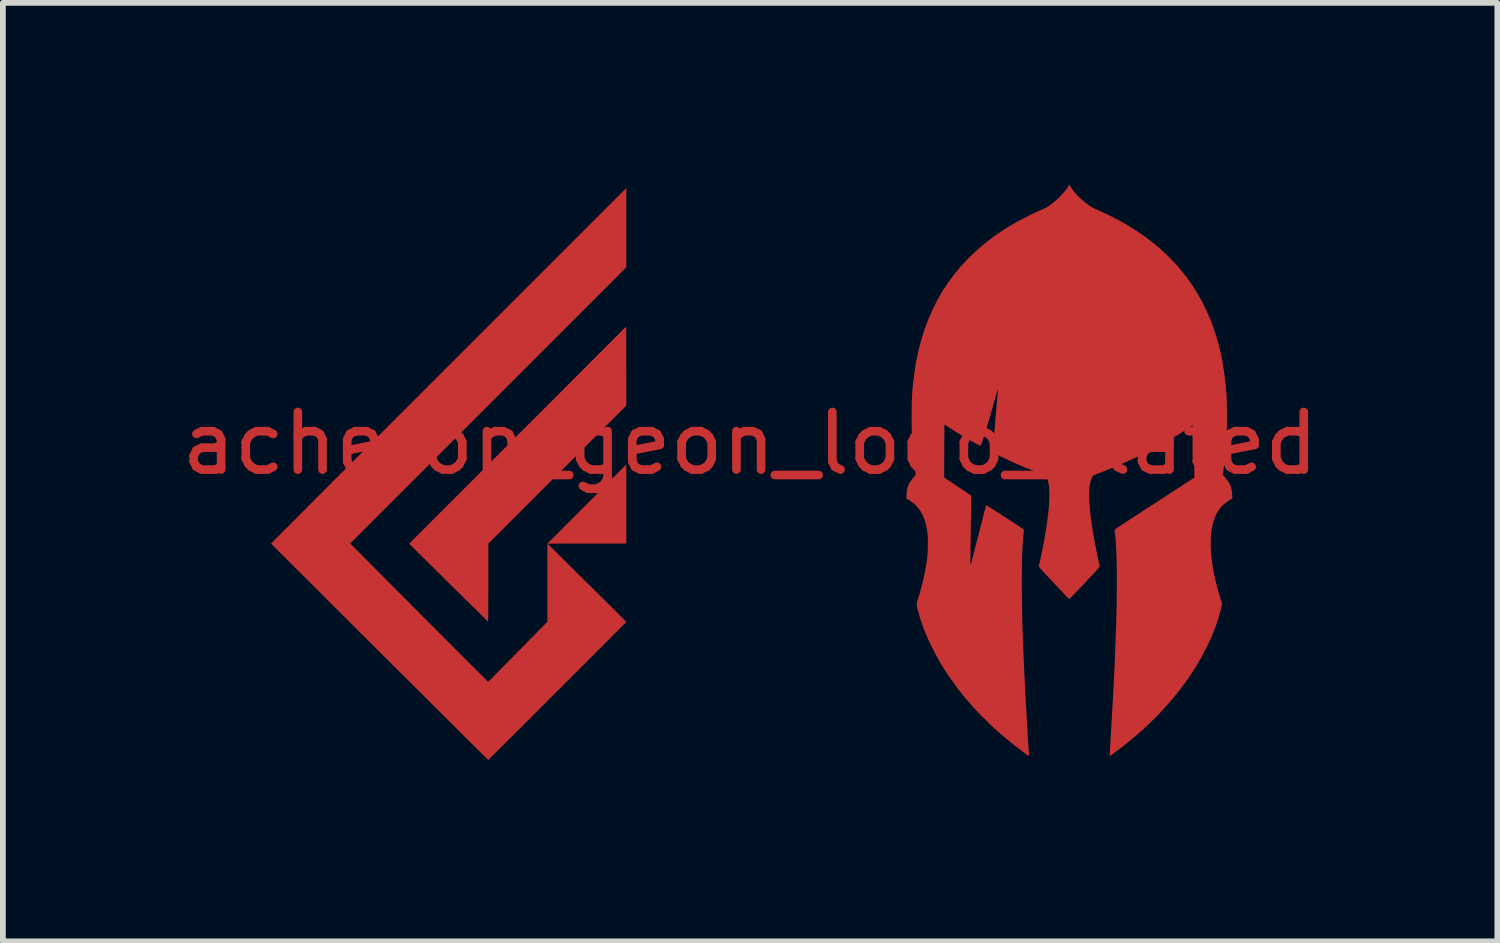
<source format=kicad_pcb>
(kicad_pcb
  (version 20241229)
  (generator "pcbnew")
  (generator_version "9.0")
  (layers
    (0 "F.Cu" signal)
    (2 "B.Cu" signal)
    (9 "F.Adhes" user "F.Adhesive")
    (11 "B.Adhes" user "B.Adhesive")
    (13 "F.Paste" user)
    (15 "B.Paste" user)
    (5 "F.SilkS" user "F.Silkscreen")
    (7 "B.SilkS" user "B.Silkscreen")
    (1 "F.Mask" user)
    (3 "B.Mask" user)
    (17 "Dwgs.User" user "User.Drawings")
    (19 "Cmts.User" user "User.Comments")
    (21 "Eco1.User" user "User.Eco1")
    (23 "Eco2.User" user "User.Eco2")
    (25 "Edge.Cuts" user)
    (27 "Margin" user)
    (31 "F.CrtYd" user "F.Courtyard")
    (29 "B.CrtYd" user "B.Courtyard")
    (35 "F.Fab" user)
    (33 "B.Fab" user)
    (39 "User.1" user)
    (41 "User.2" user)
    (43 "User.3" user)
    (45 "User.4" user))
  (footprint "acheron_geon_logo_plated"
    (layer "F.Cu")
    (at 9.982 5.153)
    (property "Reference" "acheron_geon_logo_plated" (at 0 -0.5 0) (unlocked yes) (layer "F.Cu") (effects (font (size 1 1) (thickness 0.15))))
    (attr smd)
    (fp_poly (pts (xy -2.12 -2.683) (xy -2.087 -2.672) (xy -2.057 -2.654) (xy -2.032 -2.63) (xy -2.013 -2.6) (xy -2.003 -2.57) (xy -2.002 -2.562) (xy -2.001 -2.548) (xy -2 -2.526) (xy -2 -2.496) (xy -1.999 -2.459) (xy -1.999 -2.414) (xy -1.998 -2.361) (xy -1.998 -2.299) (xy -1.998 -2.229) (xy -1.998 -2.149) (xy -1.998 -2.06) (xy -1.998 -1.962) (xy -1.998 -1.853) (xy -1.998 -1.832) (xy -2 -1.121) (xy -2.012 -1.096) (xy -2.015 -1.092) (xy -2.02 -1.086) (xy -2.028 -1.076) (xy -2.04 -1.064) (xy -2.054 -1.048) (xy -2.073 -1.029) (xy -2.095 -1.006) (xy -2.121 -0.98) (xy -2.151 -0.949) (xy -2.185 -0.914) (xy -2.224 -0.875) (xy -2.268 -0.831) (xy -2.316 -0.782) (xy -2.37 -0.728) (xy -2.429 -0.669) (xy -2.493 -0.604) (xy -2.563 -0.534) (xy -2.639 -0.458) (xy -2.721 -0.376) (xy -2.809 -0.287) (xy -2.904 -0.193) (xy -3.005 -0.092) (xy -3.113 0.017) (xy -3.213 0.116) (xy -4.401 1.303) (xy -4.401 2.636) (xy -4.416 2.667) (xy -4.427 2.686) (xy -4.439 2.702) (xy -4.448 2.712) (xy -4.48 2.733) (xy -4.516 2.746) (xy -4.554 2.75) (xy -4.591 2.745) (xy -4.614 2.736) (xy -4.621 2.733) (xy -4.629 2.727) (xy -4.639 2.719) (xy -4.652 2.709) (xy -4.667 2.695) (xy -4.687 2.676) (xy -4.71 2.654) (xy -4.738 2.627) (xy -4.772 2.594) (xy -4.811 2.555) (xy -4.857 2.51) (xy -4.883 2.483) (xy -4.919 2.448) (xy -4.961 2.406) (xy -5.009 2.358) (xy -5.062 2.306) (xy -5.119 2.25) (xy -5.179 2.19) (xy -5.241 2.128) (xy -5.306 2.064) (xy -5.371 2) (xy -5.437 1.935) (xy -5.501 1.871) (xy -5.565 1.808) (xy -5.587 1.786) (xy -5.656 1.718) (xy -5.718 1.656) (xy -5.774 1.601) (xy -5.824 1.551) (xy -5.868 1.508) (xy -5.906 1.469) (xy -5.94 1.435) (xy -5.968 1.406) (xy -5.993 1.38) (xy -6.013 1.359) (xy -6.03 1.34) (xy -6.043 1.324) (xy -6.053 1.31) (xy -6.061 1.299) (xy -6.067 1.289) (xy -6.07 1.28) (xy -6.072 1.272) (xy -6.073 1.264) (xy -6.073 1.257) (xy -6.072 1.249) (xy -6.072 1.24) (xy -6.072 1.236) (xy -6.069 1.209) (xy -6.064 1.186) (xy -6.06 1.176) (xy -6.056 1.172) (xy -6.045 1.16) (xy -6.027 1.141) (xy -6.003 1.117) (xy -5.972 1.085) (xy -5.936 1.049) (xy -5.894 1.006) (xy -5.847 0.958) (xy -5.794 0.905) (xy -5.737 0.847) (xy -5.675 0.784) (xy -5.608 0.717) (xy -5.538 0.646) (xy -5.463 0.572) (xy -5.385 0.493) (xy -5.304 0.411) (xy -5.219 0.326) (xy -5.132 0.238) (xy -5.042 0.148) (xy -4.95 0.055) (xy -4.855 -0.039) (xy -4.759 -0.136) (xy -4.661 -0.234) (xy -4.562 -0.333) (xy -4.462 -0.434) (xy -4.361 -0.535) (xy -4.259 -0.637) (xy -4.158 -0.739) (xy -4.056 -0.841) (xy -3.954 -0.942) (xy -3.853 -1.044) (xy -3.752 -1.144) (xy -3.653 -1.244) (xy -3.555 -1.342) (xy -3.458 -1.439) (xy -3.363 -1.533) (xy -3.27 -1.626) (xy -3.179 -1.717) (xy -3.091 -1.805) (xy -3.006 -1.89) (xy -2.923 -1.973) (xy -2.844 -2.052) (xy -2.768 -2.127) (xy -2.697 -2.198) (xy -2.629 -2.266) (xy -2.565 -2.329) (xy -2.506 -2.388) (xy -2.452 -2.441) (xy -2.403 -2.49) (xy -2.36 -2.533) (xy -2.321 -2.571) (xy -2.289 -2.602) (xy -2.263 -2.628) (xy -2.243 -2.647) (xy -2.23 -2.66) (xy -2.223 -2.666) (xy -2.223 -2.666) (xy -2.19 -2.68) (xy -2.155 -2.686)) (stroke (width 0) (type solid)) (fill yes) (layer "F.Mask"))
    (fp_poly (pts (xy -2.127 -5.085) (xy -2.092 -5.076) (xy -2.059 -5.058) (xy -2.032 -5.031) (xy -2.014 -5.004) (xy -2 -4.978) (xy -2 -4.254) (xy -2 -4.153) (xy -2 -4.063) (xy -2 -3.981) (xy -2 -3.909) (xy -2 -3.844) (xy -2 -3.787) (xy -2.001 -3.737) (xy -2.001 -3.693) (xy -2.001 -3.656) (xy -2.001 -3.625) (xy -2.002 -3.598) (xy -2.002 -3.576) (xy -2.003 -3.558) (xy -2.004 -3.544) (xy -2.004 -3.532) (xy -2.005 -3.523) (xy -2.006 -3.517) (xy -2.007 -3.511) (xy -2.008 -3.507) (xy -2.009 -3.504) (xy -2.011 -3.502) (xy -2.013 -3.499) (xy -2.016 -3.495) (xy -2.02 -3.489) (xy -2.026 -3.482) (xy -2.034 -3.474) (xy -2.043 -3.464) (xy -2.054 -3.452) (xy -2.068 -3.438) (xy -2.083 -3.421) (xy -2.101 -3.403) (xy -2.122 -3.382) (xy -2.145 -3.358) (xy -2.172 -3.331) (xy -2.201 -3.301) (xy -2.233 -3.268) (xy -2.269 -3.232) (xy -2.309 -3.192) (xy -2.352 -3.149) (xy -2.399 -3.101) (xy -2.45 -3.05) (xy -2.505 -2.994) (xy -2.564 -2.935) (xy -2.628 -2.871) (xy -2.697 -2.802) (xy -2.77 -2.728) (xy -2.849 -2.65) (xy -2.932 -2.566) (xy -3.021 -2.477) (xy -3.115 -2.382) (xy -3.215 -2.283) (xy -3.32 -2.177) (xy -3.432 -2.065) (xy -3.55 -1.947) (xy -3.673 -1.824) (xy -3.804 -1.693) (xy -3.94 -1.556) (xy -4.084 -1.413) (xy -4.234 -1.262) (xy -4.378 -1.118) (xy -6.738 1.243) (xy -4.551 3.43) (xy -4.112 2.985) (xy -3.674 2.54) (xy -3.674 1.881) (xy -3.674 1.784) (xy -3.674 1.698) (xy -3.674 1.62) (xy -3.674 1.551) (xy -3.674 1.49) (xy -3.674 1.437) (xy -3.673 1.39) (xy -3.673 1.35) (xy -3.673 1.316) (xy -3.672 1.288) (xy -3.672 1.264) (xy -3.671 1.245) (xy -3.67 1.229) (xy -3.67 1.217) (xy -3.669 1.208) (xy -3.668 1.201) (xy -3.667 1.195) (xy -3.666 1.194) (xy -3.665 1.191) (xy -3.664 1.187) (xy -3.661 1.183) (xy -3.658 1.178) (xy -3.654 1.172) (xy -3.648 1.165) (xy -3.64 1.155) (xy -3.63 1.144) (xy -3.618 1.131) (xy -3.602 1.115) (xy -3.584 1.095) (xy -3.562 1.073) (xy -3.537 1.047) (xy -3.508 1.017) (xy -3.474 0.983) (xy -3.436 0.945) (xy -3.393 0.902) (xy -3.345 0.853) (xy -3.292 0.799) (xy -3.232 0.74) (xy -3.167 0.674) (xy -3.095 0.603) (xy -3.017 0.524) (xy -2.948 0.456) (xy -2.859 0.366) (xy -2.777 0.284) (xy -2.701 0.209) (xy -2.632 0.139) (xy -2.569 0.077) (xy -2.512 0.02) (xy -2.461 -0.031) (xy -2.415 -0.076) (xy -2.375 -0.116) (xy -2.34 -0.15) (xy -2.309 -0.18) (xy -2.283 -0.205) (xy -2.262 -0.225) (xy -2.245 -0.242) (xy -2.231 -0.254) (xy -2.221 -0.262) (xy -2.215 -0.267) (xy -2.213 -0.268) (xy -2.182 -0.279) (xy -2.147 -0.283) (xy -2.111 -0.278) (xy -2.083 -0.268) (xy -2.05 -0.246) (xy -2.025 -0.218) (xy -2.008 -0.184) (xy -2.006 -0.18) (xy -2.005 -0.176) (xy -2.004 -0.171) (xy -2.003 -0.165) (xy -2.002 -0.157) (xy -2.001 -0.147) (xy -2 -0.134) (xy -2 -0.117) (xy -1.999 -0.097) (xy -1.999 -0.072) (xy -1.999 -0.043) (xy -1.998 -0.008) (xy -1.998 0.032) (xy -1.998 0.08) (xy -1.998 0.133) (xy -1.998 0.195) (xy -1.998 0.264) (xy -1.998 0.342) (xy -1.998 0.428) (xy -1.999 0.525) (xy -1.999 0.563) (xy -2 1.283) (xy -2.011 1.305) (xy -2.033 1.338) (xy -2.06 1.362) (xy -2.083 1.376) (xy -2.112 1.39) (xy -3.153 1.395) (xy -2.591 1.951) (xy -2.511 2.03) (xy -2.438 2.102) (xy -2.371 2.168) (xy -2.311 2.228) (xy -2.258 2.281) (xy -2.21 2.329) (xy -2.169 2.37) (xy -2.133 2.407) (xy -2.102 2.438) (xy -2.076 2.465) (xy -2.055 2.487) (xy -2.039 2.504) (xy -2.027 2.517) (xy -2.019 2.527) (xy -2.015 2.532) (xy -2.015 2.532) (xy -2.007 2.548) (xy -2.002 2.562) (xy -2 2.578) (xy -2 2.599) (xy -2.001 2.624) (xy -2.004 2.643) (xy -2.009 2.659) (xy -2.012 2.666) (xy -2.014 2.669) (xy -2.019 2.675) (xy -2.026 2.683) (xy -2.035 2.693) (xy -2.048 2.707) (xy -2.063 2.723) (xy -2.082 2.742) (xy -2.104 2.765) (xy -2.13 2.792) (xy -2.159 2.822) (xy -2.193 2.857) (xy -2.231 2.895) (xy -2.274 2.938) (xy -2.321 2.986) (xy -2.373 3.038) (xy -2.43 3.096) (xy -2.493 3.159) (xy -2.561 3.227) (xy -2.634 3.301) (xy -2.714 3.38) (xy -2.8 3.466) (xy -2.892 3.559) (xy -2.99 3.657) (xy -3.095 3.763) (xy -3.208 3.875) (xy -3.244 3.911) (xy -3.355 4.023) (xy -3.46 4.127) (xy -3.557 4.224) (xy -3.648 4.316) (xy -3.733 4.4) (xy -3.812 4.479) (xy -3.885 4.552) (xy -3.952 4.619) (xy -4.014 4.681) (xy -4.071 4.738) (xy -4.123 4.79) (xy -4.171 4.837) (xy -4.214 4.88) (xy -4.253 4.918) (xy -4.287 4.952) (xy -4.319 4.983) (xy -4.346 5.01) (xy -4.37 5.034) (xy -4.392 5.055) (xy -4.41 5.072) (xy -4.426 5.087) (xy -4.44 5.1) (xy -4.451 5.111) (xy -4.461 5.119) (xy -4.469 5.126) (xy -4.475 5.131) (xy -4.481 5.135) (xy -4.485 5.138) (xy -4.488 5.14) (xy -4.492 5.142) (xy -4.494 5.142) (xy -4.533 5.152) (xy -4.574 5.151) (xy -4.601 5.145) (xy -4.604 5.144) (xy -4.607 5.143) (xy -4.609 5.142) (xy -4.612 5.141) (xy -4.616 5.139) (xy -4.62 5.136) (xy -4.625 5.132) (xy -4.632 5.127) (xy -4.64 5.12) (xy -4.65 5.111) (xy -4.662 5.1) (xy -4.676 5.086) (xy -4.693 5.07) (xy -4.712 5.051) (xy -4.735 5.029) (xy -4.761 5.003) (xy -4.791 4.974) (xy -4.825 4.941) (xy -4.862 4.904) (xy -4.904 4.862) (xy -4.951 4.816) (xy -5.003 4.764) (xy -5.059 4.708) (xy -5.121 4.646) (xy -5.189 4.579) (xy -5.263 4.506) (xy -5.342 4.426) (xy -5.428 4.34) (xy -5.521 4.248) (xy -5.621 4.149) (xy -5.638 4.131) (xy -5.7 4.07) (xy -5.769 4.001) (xy -5.843 3.927) (xy -5.923 3.847) (xy -6.009 3.762) (xy -6.098 3.673) (xy -6.192 3.58) (xy -6.288 3.483) (xy -6.388 3.384) (xy -6.489 3.283) (xy -6.592 3.181) (xy -6.696 3.077) (xy -6.801 2.973) (xy -6.905 2.869) (xy -7.009 2.765) (xy -7.111 2.663) (xy -7.212 2.563) (xy -7.311 2.465) (xy -7.372 2.403) (xy -7.481 2.295) (xy -7.583 2.193) (xy -7.679 2.098) (xy -7.767 2.01) (xy -7.849 1.928) (xy -7.925 1.852) (xy -7.995 1.782) (xy -8.059 1.718) (xy -8.118 1.66) (xy -8.171 1.606) (xy -8.219 1.558) (xy -8.261 1.515) (xy -8.299 1.477) (xy -8.333 1.443) (xy -8.362 1.413) (xy -8.387 1.388) (xy -8.408 1.366) (xy -8.425 1.348) (xy -8.438 1.334) (xy -8.448 1.323) (xy -8.455 1.315) (xy -8.459 1.31) (xy -8.459 1.309) (xy -8.472 1.274) (xy -8.475 1.236) (xy -8.469 1.198) (xy -8.466 1.187) (xy -8.465 1.185) (xy -8.464 1.183) (xy -8.462 1.18) (xy -8.46 1.177) (xy -8.458 1.174) (xy -8.454 1.169) (xy -8.45 1.164) (xy -8.444 1.158) (xy -8.437 1.15) (xy -8.429 1.141) (xy -8.419 1.13) (xy -8.408 1.118) (xy -8.394 1.104) (xy -8.379 1.088) (xy -8.362 1.07) (xy -8.342 1.05) (xy -8.32 1.028) (xy -8.296 1.003) (xy -8.268 0.975) (xy -8.238 0.945) (xy -8.205 0.911) (xy -8.169 0.875) (xy -8.13 0.835) (xy -8.087 0.792) (xy -8.041 0.745) (xy -7.991 0.695) (xy -7.938 0.641) (xy -7.88 0.583) (xy -7.818 0.521) (xy -7.752 0.455) (xy -7.682 0.385) (xy -7.607 0.31) (xy -7.528 0.23) (xy -7.443 0.146) (xy -7.354 0.056) (xy -7.26 -0.038) (xy -7.16 -0.138) (xy -7.055 -0.243) (xy -6.945 -0.353) (xy -6.829 -0.469) (xy -6.707 -0.591) (xy -6.58 -0.719) (xy -6.446 -0.853) (xy -6.306 -0.993) (xy -6.159 -1.139) (xy -6.007 -1.292) (xy -5.847 -1.452) (xy -5.681 -1.618) (xy -5.508 -1.791) (xy -5.344 -1.955) (xy -5.164 -2.134) (xy -4.992 -2.307) (xy -4.826 -2.473) (xy -4.667 -2.632) (xy -4.515 -2.784) (xy -4.369 -2.93) (xy -4.229 -3.069) (xy -4.096 -3.203) (xy -3.969 -3.33) (xy -3.847 -3.451) (xy -3.732 -3.567) (xy -3.622 -3.677) (xy -3.517 -3.781) (xy -3.418 -3.88) (xy -3.324 -3.974) (xy -3.235 -4.063) (xy -3.151 -4.147) (xy -3.072 -4.226) (xy -2.997 -4.301) (xy -2.927 -4.371) (xy -2.861 -4.436) (xy -2.8 -4.498) (xy -2.742 -4.555) (xy -2.689 -4.608) (xy -2.639 -4.658) (xy -2.593 -4.704) (xy -2.55 -4.746) (xy -2.511 -4.785) (xy -2.474 -4.821) (xy -2.441 -4.854) (xy -2.411 -4.883) (xy -2.384 -4.91) (xy -2.359 -4.935) (xy -2.337 -4.956) (xy -2.317 -4.976) (xy -2.299 -4.993) (xy -2.283 -5.008) (xy -2.27 -5.021) (xy -2.258 -5.032) (xy -2.247 -5.042) (xy -2.238 -5.05) (xy -2.231 -5.057) (xy -2.225 -5.062) (xy -2.22 -5.066) (xy -2.215 -5.07) (xy -2.212 -5.072) (xy -2.209 -5.074) (xy -2.207 -5.075) (xy -2.205 -5.076) (xy -2.204 -5.076) (xy -2.165 -5.086)) (stroke (width 0) (type solid)) (fill yes) (layer "F.Mask"))
    (fp_poly (pts (xy 5.57 -5.151) (xy 5.605 -5.14) (xy 5.636 -5.121) (xy 5.664 -5.094) (xy 5.685 -5.059) (xy 5.686 -5.058) (xy 5.71 -5.014) (xy 5.745 -4.967) (xy 5.787 -4.918) (xy 5.838 -4.868) (xy 5.897 -4.817) (xy 5.957 -4.77) (xy 5.978 -4.755) (xy 5.998 -4.742) (xy 6.019 -4.73) (xy 6.045 -4.717) (xy 6.076 -4.703) (xy 6.099 -4.693) (xy 6.143 -4.673) (xy 6.194 -4.65) (xy 6.249 -4.623) (xy 6.307 -4.595) (xy 6.365 -4.566) (xy 6.422 -4.537) (xy 6.475 -4.509) (xy 6.523 -4.483) (xy 6.555 -4.465) (xy 6.726 -4.363) (xy 6.888 -4.255) (xy 7.042 -4.143) (xy 7.187 -4.025) (xy 7.324 -3.902) (xy 7.453 -3.773) (xy 7.574 -3.639) (xy 7.641 -3.557) (xy 7.751 -3.413) (xy 7.852 -3.262) (xy 7.946 -3.105) (xy 8.031 -2.942) (xy 8.108 -2.773) (xy 8.177 -2.598) (xy 8.238 -2.417) (xy 8.291 -2.23) (xy 8.336 -2.037) (xy 8.372 -1.838) (xy 8.383 -1.765) (xy 8.406 -1.58) (xy 8.423 -1.389) (xy 8.433 -1.195) (xy 8.437 -0.998) (xy 8.435 -0.802) (xy 8.435 -0.801) (xy 8.432 -0.718) (xy 8.429 -0.641) (xy 8.425 -0.568) (xy 8.42 -0.497) (xy 8.415 -0.427) (xy 8.409 -0.354) (xy 8.402 -0.276) (xy 8.393 -0.192) (xy 8.388 -0.144) (xy 8.372 -0.001) (xy 8.409 0.049) (xy 8.436 0.09) (xy 8.461 0.133) (xy 8.483 0.177) (xy 8.499 0.218) (xy 8.505 0.239) (xy 8.513 0.276) (xy 8.519 0.317) (xy 8.523 0.359) (xy 8.525 0.401) (xy 8.526 0.44) (xy 8.524 0.474) (xy 8.519 0.501) (xy 8.518 0.507) (xy 8.504 0.537) (xy 8.479 0.566) (xy 8.445 0.591) (xy 8.429 0.601) (xy 8.374 0.634) (xy 8.326 0.674) (xy 8.284 0.72) (xy 8.248 0.773) (xy 8.217 0.834) (xy 8.193 0.901) (xy 8.174 0.976) (xy 8.161 1.059) (xy 8.153 1.151) (xy 8.151 1.192) (xy 8.151 1.297) (xy 8.158 1.409) (xy 8.171 1.527) (xy 8.191 1.652) (xy 8.216 1.782) (xy 8.248 1.916) (xy 8.286 2.055) (xy 8.311 2.137) (xy 8.32 2.167) (xy 8.328 2.194) (xy 8.334 2.218) (xy 8.339 2.235) (xy 8.341 2.244) (xy 8.342 2.258) (xy 8.345 2.277) (xy 8.345 2.282) (xy 8.346 2.301) (xy 8.343 2.327) (xy 8.337 2.361) (xy 8.329 2.401) (xy 8.318 2.446) (xy 8.305 2.494) (xy 8.291 2.546) (xy 8.275 2.599) (xy 8.257 2.652) (xy 8.253 2.663) (xy 8.191 2.832) (xy 8.118 3) (xy 8.037 3.168) (xy 7.946 3.335) (xy 7.846 3.501) (xy 7.738 3.665) (xy 7.621 3.826) (xy 7.497 3.984) (xy 7.419 4.078) (xy 7.336 4.172) (xy 7.246 4.268) (xy 7.151 4.366) (xy 7.053 4.463) (xy 6.952 4.558) (xy 6.852 4.648) (xy 6.768 4.722) (xy 6.74 4.745) (xy 6.708 4.771) (xy 6.674 4.799) (xy 6.637 4.828) (xy 6.598 4.859) (xy 6.56 4.889) (xy 6.522 4.919) (xy 6.485 4.947) (xy 6.45 4.974) (xy 6.418 4.998) (xy 6.39 5.019) (xy 6.367 5.036) (xy 6.349 5.048) (xy 6.338 5.055) (xy 6.334 5.057) (xy 6.333 5.052) (xy 6.333 5.039) (xy 6.333 5.02) (xy 6.334 4.996) (xy 6.334 4.995) (xy 6.335 4.969) (xy 6.336 4.952) (xy 6.335 4.941) (xy 6.334 4.937) (xy 6.331 4.936) (xy 6.328 4.937) (xy 6.301 4.947) (xy 6.28 4.952) (xy 6.261 4.954) (xy 6.242 4.954) (xy 6.206 4.946) (xy 6.172 4.93) (xy 6.144 4.907) (xy 6.122 4.879) (xy 6.108 4.846) (xy 6.104 4.83) (xy 6.104 4.821) (xy 6.104 4.803) (xy 6.105 4.777) (xy 6.107 4.744) (xy 6.109 4.705) (xy 6.111 4.662) (xy 6.114 4.615) (xy 6.117 4.565) (xy 6.117 4.561) (xy 6.132 4.306) (xy 6.147 4.059) (xy 6.16 3.82) (xy 6.171 3.587) (xy 6.182 3.36) (xy 6.191 3.137) (xy 6.2 2.916) (xy 6.206 2.739) (xy 6.208 2.676) (xy 6.21 2.609) (xy 6.212 2.539) (xy 6.214 2.467) (xy 6.215 2.393) (xy 6.217 2.319) (xy 6.218 2.246) (xy 6.219 2.175) (xy 6.22 2.106) (xy 6.221 2.041) (xy 6.222 1.98) (xy 6.222 1.924) (xy 6.222 1.875) (xy 6.222 1.833) (xy 6.222 1.799) (xy 6.221 1.775) (xy 6.221 1.773) (xy 6.218 1.688) (xy 6.206 1.712) (xy 6.198 1.723) (xy 6.186 1.74) (xy 6.168 1.762) (xy 6.144 1.79) (xy 6.115 1.823) (xy 6.079 1.863) (xy 6.037 1.908) (xy 5.989 1.96) (xy 5.935 2.018) (xy 5.873 2.083) (xy 5.805 2.154) (xy 5.758 2.203) (xy 5.723 2.24) (xy 5.693 2.271) (xy 5.668 2.295) (xy 5.647 2.315) (xy 5.63 2.329) (xy 5.615 2.34) (xy 5.601 2.347) (xy 5.588 2.352) (xy 5.575 2.355) (xy 5.56 2.356) (xy 5.557 2.357) (xy 5.522 2.356) (xy 5.491 2.348) (xy 5.461 2.331) (xy 5.443 2.316) (xy 5.434 2.306) (xy 5.418 2.29) (xy 5.396 2.269) (xy 5.37 2.242) (xy 5.34 2.211) (xy 5.307 2.176) (xy 5.272 2.139) (xy 5.235 2.101) (xy 5.197 2.061) (xy 5.159 2.021) (xy 5.122 1.982) (xy 5.086 1.944) (xy 5.065 1.921) (xy 5.019 1.871) (xy 4.98 1.829) (xy 4.948 1.792) (xy 4.922 1.762) (xy 4.903 1.737) (xy 4.889 1.718) (xy 4.883 1.709) (xy 4.868 1.68) (xy 4.868 1.85) (xy 4.868 1.984) (xy 4.87 2.129) (xy 4.872 2.282) (xy 4.876 2.444) (xy 4.88 2.613) (xy 4.886 2.791) (xy 4.893 2.975) (xy 4.9 3.166) (xy 4.909 3.362) (xy 4.918 3.564) (xy 4.928 3.771) (xy 4.94 3.982) (xy 4.952 4.197) (xy 4.964 4.415) (xy 4.978 4.636) (xy 4.984 4.736) (xy 4.988 4.791) (xy 4.99 4.836) (xy 4.992 4.874) (xy 4.994 4.904) (xy 4.994 4.928) (xy 4.994 4.947) (xy 4.992 4.963) (xy 4.99 4.975) (xy 4.988 4.985) (xy 4.984 4.995) (xy 4.982 4.999) (xy 4.962 5.03) (xy 4.936 5.055) (xy 4.906 5.074) (xy 4.872 5.085) (xy 4.837 5.087) (xy 4.802 5.081) (xy 4.8 5.08) (xy 4.789 5.075) (xy 4.776 5.069) (xy 4.76 5.059) (xy 4.741 5.046) (xy 4.717 5.03) (xy 4.687 5.008) (xy 4.651 4.981) (xy 4.634 4.968) (xy 4.452 4.828) (xy 4.342 4.736) (xy 4.839 4.736) (xy 4.84 4.744) (xy 4.85 4.753) (xy 4.868 4.767) (xy 4.881 4.776) (xy 4.9 4.79) (xy 4.916 4.802) (xy 4.927 4.81) (xy 4.932 4.813) (xy 4.932 4.813) (xy 4.932 4.808) (xy 4.931 4.796) (xy 4.93 4.781) (xy 4.928 4.757) (xy 4.926 4.73) (xy 4.925 4.717) (xy 4.922 4.685) (xy 4.883 4.706) (xy 4.86 4.719) (xy 4.845 4.728) (xy 4.839 4.736) (xy 4.342 4.736) (xy 4.278 4.683) (xy 4.111 4.533) (xy 3.951 4.379) (xy 3.8 4.221) (xy 3.657 4.06) (xy 3.522 3.895) (xy 3.397 3.728) (xy 3.281 3.559) (xy 3.204 3.436) (xy 3.131 3.312) (xy 3.063 3.186) (xy 3 3.06) (xy 2.942 2.934) (xy 2.891 2.81) (xy 2.845 2.689) (xy 2.806 2.571) (xy 2.775 2.458) (xy 2.757 2.38) (xy 2.749 2.342) (xy 2.745 2.31) (xy 2.744 2.283) (xy 2.746 2.257) (xy 2.752 2.228) (xy 2.762 2.194) (xy 2.766 2.182) (xy 2.808 2.043) (xy 2.844 1.909) (xy 2.875 1.779) (xy 2.9 1.653) (xy 2.918 1.533) (xy 2.931 1.419) (xy 2.939 1.31) (xy 2.94 1.208) (xy 2.935 1.112) (xy 2.924 1.023) (xy 2.908 0.941) (xy 2.885 0.866) (xy 2.857 0.802) (xy 2.823 0.743) (xy 2.781 0.691) (xy 2.733 0.647) (xy 2.68 0.611) (xy 2.673 0.607) (xy 2.632 0.582) (xy 2.602 0.556) (xy 2.581 0.527) (xy 2.574 0.51) (xy 2.57 0.491) (xy 2.567 0.464) (xy 2.566 0.432) (xy 2.566 0.396) (xy 2.568 0.359) (xy 2.571 0.323) (xy 2.574 0.301) (xy 2.585 0.244) (xy 2.602 0.191) (xy 2.625 0.139) (xy 2.656 0.086) (xy 2.688 0.041) (xy 2.719 -0.001) (xy 2.708 -0.091) (xy 2.699 -0.175) (xy 3.521 -0.175) (xy 3.521 0.013) (xy 3.72 0.145) (xy 3.762 0.172) (xy 3.801 0.199) (xy 3.838 0.224) (xy 3.87 0.246) (xy 3.898 0.266) (xy 3.921 0.281) (xy 3.936 0.293) (xy 3.943 0.299) (xy 3.965 0.323) (xy 3.98 0.35) (xy 3.989 0.383) (xy 3.992 0.418) (xy 3.995 0.463) (xy 4.006 0.453) (xy 4.03 0.436) (xy 4.06 0.425) (xy 4.093 0.42) (xy 4.126 0.422) (xy 4.156 0.43) (xy 4.157 0.431) (xy 4.168 0.436) (xy 4.186 0.447) (xy 4.211 0.462) (xy 4.241 0.481) (xy 4.277 0.504) (xy 4.316 0.529) (xy 4.36 0.557) (xy 4.405 0.586) (xy 4.453 0.617) (xy 4.501 0.649) (xy 4.55 0.68) (xy 4.598 0.712) (xy 4.645 0.743) (xy 4.689 0.772) (xy 4.731 0.8) (xy 4.768 0.825) (xy 4.801 0.847) (xy 4.828 0.865) (xy 4.849 0.88) (xy 4.863 0.89) (xy 4.868 0.895) (xy 4.89 0.923) (xy 4.9 0.945) (xy 4.903 0.956) (xy 4.906 0.966) (xy 4.907 0.978) (xy 4.907 0.994) (xy 4.906 1.013) (xy 4.905 1.038) (xy 4.902 1.07) (xy 4.898 1.11) (xy 4.896 1.131) (xy 4.889 1.209) (xy 4.883 1.295) (xy 4.878 1.386) (xy 4.875 1.479) (xy 4.873 1.578) (xy 4.883 1.54) (xy 4.886 1.526) (xy 4.891 1.504) (xy 4.897 1.474) (xy 4.905 1.439) (xy 4.913 1.399) (xy 4.922 1.357) (xy 4.931 1.314) (xy 4.957 1.177) (xy 4.98 1.05) (xy 5 0.93) (xy 5.016 0.819) (xy 5.029 0.715) (xy 5.039 0.617) (xy 5.045 0.526) (xy 5.049 0.452) (xy 5.049 0.411) (xy 6.042 0.411) (xy 6.043 0.469) (xy 6.045 0.53) (xy 6.049 0.591) (xy 6.054 0.652) (xy 6.056 0.67) (xy 6.068 0.775) (xy 6.084 0.887) (xy 6.103 1.006) (xy 6.124 1.13) (xy 6.148 1.258) (xy 6.173 1.38) (xy 6.183 1.431) (xy 6.192 1.473) (xy 6.199 1.507) (xy 6.205 1.533) (xy 6.21 1.553) (xy 6.213 1.566) (xy 6.215 1.574) (xy 6.217 1.578) (xy 6.218 1.578) (xy 6.218 1.573) (xy 6.218 1.559) (xy 6.218 1.537) (xy 6.217 1.509) (xy 6.216 1.476) (xy 6.214 1.44) (xy 6.214 1.437) (xy 6.211 1.366) (xy 6.208 1.304) (xy 6.204 1.248) (xy 6.201 1.197) (xy 6.197 1.148) (xy 6.192 1.101) (xy 6.189 1.071) (xy 6.185 1.028) (xy 6.183 0.993) (xy 6.185 0.964) (xy 6.191 0.941) (xy 6.2 0.921) (xy 6.214 0.903) (xy 6.227 0.889) (xy 6.236 0.882) (xy 6.252 0.871) (xy 6.274 0.855) (xy 6.302 0.836) (xy 6.335 0.814) (xy 6.371 0.79) (xy 6.41 0.765) (xy 6.435 0.749) (xy 6.471 0.725) (xy 6.514 0.697) (xy 6.562 0.666) (xy 6.615 0.632) (xy 6.672 0.595) (xy 6.731 0.556) (xy 6.794 0.516) (xy 6.858 0.474) (xy 6.922 0.432) (xy 6.987 0.39) (xy 7.052 0.348) (xy 7.115 0.307) (xy 7.176 0.268) (xy 7.234 0.23) (xy 7.288 0.195) (xy 7.338 0.162) (xy 7.383 0.133) (xy 7.422 0.108) (xy 7.454 0.087) (xy 7.479 0.07) (xy 7.488 0.065) (xy 7.57 0.011) (xy 7.57 -0.11) (xy 7.569 -0.148) (xy 7.569 -0.194) (xy 7.568 -0.244) (xy 7.568 -0.296) (xy 7.567 -0.347) (xy 7.566 -0.392) (xy 7.563 -0.553) (xy 7.492 -0.509) (xy 7.334 -0.416) (xy 7.17 -0.325) (xy 6.999 -0.235) (xy 6.824 -0.148) (xy 6.648 -0.065) (xy 6.472 0.014) (xy 6.299 0.086) (xy 6.129 0.152) (xy 6.105 0.161) (xy 6.085 0.168) (xy 6.073 0.174) (xy 6.065 0.18) (xy 6.061 0.188) (xy 6.058 0.197) (xy 6.052 0.225) (xy 6.047 0.262) (xy 6.044 0.306) (xy 6.042 0.356) (xy 6.042 0.411) (xy 5.049 0.411) (xy 5.049 0.389) (xy 5.048 0.333) (xy 5.046 0.283) (xy 5.041 0.241) (xy 5.035 0.208) (xy 5.033 0.2) (xy 5.025 0.175) (xy 4.97 0.155) (xy 4.917 0.136) (xy 4.859 0.114) (xy 4.799 0.09) (xy 4.737 0.064) (xy 4.673 0.038) (xy 4.609 0.01) (xy 4.545 -0.018) (xy 4.483 -0.045) (xy 4.423 -0.073) (xy 4.365 -0.099) (xy 4.312 -0.125) (xy 4.264 -0.149) (xy 4.221 -0.17) (xy 4.184 -0.19) (xy 4.155 -0.207) (xy 4.134 -0.22) (xy 4.127 -0.226) (xy 4.104 -0.25) (xy 4.087 -0.278) (xy 4.077 -0.306) (xy 4.077 -0.306) (xy 4.074 -0.325) (xy 4.058 -0.316) (xy 4.043 -0.311) (xy 4.021 -0.308) (xy 4 -0.308) (xy 3.982 -0.308) (xy 3.968 -0.309) (xy 3.956 -0.312) (xy 3.942 -0.317) (xy 3.923 -0.326) (xy 3.906 -0.335) (xy 3.866 -0.356) (xy 3.819 -0.382) (xy 3.769 -0.41) (xy 3.717 -0.439) (xy 3.667 -0.468) (xy 3.621 -0.496) (xy 3.604 -0.506) (xy 3.527 -0.552) (xy 3.524 -0.458) (xy 3.523 -0.43) (xy 3.523 -0.393) (xy 3.522 -0.351) (xy 3.522 -0.304) (xy 3.521 -0.256) (xy 3.521 -0.207) (xy 3.521 -0.175) (xy 2.699 -0.175) (xy 2.695 -0.214) (xy 2.683 -0.329) (xy 2.674 -0.439) (xy 2.667 -0.546) (xy 2.661 -0.652) (xy 2.658 -0.761) (xy 2.656 -0.874) (xy 2.655 -0.971) (xy 2.655 -1.05) (xy 2.656 -1.121) (xy 2.657 -1.186) (xy 2.659 -1.246) (xy 2.661 -1.303) (xy 2.665 -1.36) (xy 2.669 -1.418) (xy 2.674 -1.478) (xy 2.675 -1.494) (xy 2.698 -1.703) (xy 2.729 -1.905) (xy 2.768 -2.101) (xy 2.815 -2.291) (xy 2.87 -2.474) (xy 2.933 -2.652) (xy 3.004 -2.824) (xy 3.083 -2.99) (xy 3.17 -3.15) (xy 3.266 -3.305) (xy 3.369 -3.454) (xy 3.481 -3.597) (xy 3.505 -3.626) (xy 3.54 -3.667) (xy 3.582 -3.712) (xy 3.627 -3.76) (xy 3.674 -3.81) (xy 3.722 -3.858) (xy 3.768 -3.903) (xy 3.811 -3.944) (xy 3.838 -3.969) (xy 3.978 -4.088) (xy 4.127 -4.202) (xy 4.284 -4.31) (xy 4.449 -4.414) (xy 4.621 -4.512) (xy 4.8 -4.604) (xy 4.977 -4.686) (xy 5.013 -4.702) (xy 5.042 -4.715) (xy 5.066 -4.727) (xy 5.085 -4.738) (xy 5.103 -4.749) (xy 5.121 -4.762) (xy 5.139 -4.775) (xy 5.203 -4.825) (xy 5.259 -4.875) (xy 5.308 -4.924) (xy 5.349 -4.971) (xy 5.382 -5.016) (xy 5.406 -5.058) (xy 5.408 -5.063) (xy 5.423 -5.088) (xy 5.444 -5.112) (xy 5.47 -5.132) (xy 5.495 -5.145) (xy 5.496 -5.145) (xy 5.533 -5.153)) (stroke (width 0) (type solid)) (fill yes) (layer "F.Mask"))
    (pad "1" smd custom (at -3.27 -0.75) (size 0.5 0.5) (layers "F.Cu" "F.Mask") (options (anchor circle)) (primitives (gr_poly (pts (xy 1.119 -1.094) (xy 1.12 -0.406) (xy -1.278 1.993) (xy -1.278 2.67) (xy -1.278 2.752) (xy -1.278 2.831) (xy -1.278 2.907) (xy -1.279 2.979) (xy -1.279 3.046) (xy -1.279 3.108) (xy -1.279 3.164) (xy -1.28 3.214) (xy -1.28 3.256) (xy -1.28 3.291) (xy -1.281 3.319) (xy -1.281 3.337) (xy -1.282 3.346) (xy -1.282 3.347) (xy -1.286 3.343) (xy -1.297 3.333) (xy -1.314 3.316) (xy -1.338 3.293) (xy -1.367 3.264) (xy -1.402 3.23) (xy -1.441 3.191) (xy -1.486 3.147) (xy -1.535 3.099) (xy -1.588 3.047) (xy -1.645 2.991) (xy -1.705 2.932) (xy -1.768 2.87) (xy -1.833 2.805) (xy -1.901 2.738) (xy -1.97 2.67) (xy -2.654 1.993) (xy -0.768 0.106) (xy 1.118 -1.781)) (width 0) (fill yes))))
    (pad "1" smd custom (at -3.149 -3.232) (size 0.5 0.5) (layers "F.Cu" "F.Mask") (options (anchor circle)) (primitives (gr_poly (pts (xy 0.999 -0.328) (xy -1.4 2.072) (xy -3.799 4.471) (xy -2.95 5.324) (xy -2.867 5.407) (xy -2.783 5.491) (xy -2.699 5.576) (xy -2.615 5.661) (xy -2.531 5.745) (xy -2.448 5.828) (xy -2.367 5.909) (xy -2.288 5.989) (xy -2.212 6.065) (xy -2.138 6.139) (xy -2.068 6.209) (xy -2.002 6.275) (xy -1.941 6.336) (xy -1.885 6.392) (xy -1.835 6.443) (xy -1.79 6.487) (xy -1.753 6.525) (xy -1.751 6.526) (xy -1.401 6.876) (xy -0.373 5.831) (xy -0.373 5.153) (xy -0.373 4.474) (xy 0.313 3.786) (xy 0.999 3.097) (xy 0.999 4.472) (xy 0.315 4.472) (xy 0.231 4.472) (xy 0.15 4.472) (xy 0.073 4.472) (xy 0.00008 4.472) (xy -0.068 4.473) (xy -0.13 4.473) (xy -0.187 4.473) (xy -0.236 4.474) (xy -0.279 4.474) (xy -0.314 4.474) (xy -0.34 4.475) (xy -0.358 4.475) (xy -0.366 4.476) (xy -0.367 4.476) (xy -0.363 4.48) (xy -0.353 4.491) (xy -0.335 4.508) (xy -0.312 4.531) (xy -0.283 4.56) (xy -0.248 4.595) (xy -0.209 4.634) (xy -0.164 4.678) (xy -0.115 4.727) (xy -0.063 4.779) (xy -0.006 4.836) (xy 0.054 4.895) (xy 0.117 4.957) (xy 0.182 5.022) (xy 0.25 5.089) (xy 0.317 5.155) (xy 0.387 5.224) (xy 0.454 5.291) (xy 0.52 5.356) (xy 0.582 5.418) (xy 0.642 5.477) (xy 0.698 5.533) (xy 0.751 5.585) (xy 0.8 5.634) (xy 0.844 5.677) (xy 0.883 5.717) (xy 0.917 5.751) (xy 0.946 5.779) (xy 0.969 5.802) (xy 0.986 5.819) (xy 0.996 5.83) (xy 0.999 5.833) (xy 0.995 5.837) (xy 0.985 5.848) (xy 0.968 5.865) (xy 0.945 5.888) (xy 0.916 5.918) (xy 0.881 5.953) (xy 0.841 5.993) (xy 0.796 6.038) (xy 0.747 6.088) (xy 0.693 6.142) (xy 0.635 6.2) (xy 0.574 6.261) (xy 0.509 6.326) (xy 0.441 6.394) (xy 0.371 6.465) (xy 0.298 6.538) (xy 0.223 6.613) (xy 0.146 6.689) (xy 0.068 6.767) (xy -0.011 6.846) (xy -0.091 6.926) (xy -0.171 7.007) (xy -0.252 7.087) (xy -0.332 7.167) (xy -0.412 7.247) (xy -0.49 7.326) (xy -0.568 7.403) (xy -0.644 7.48) (xy -0.719 7.554) (xy -0.791 7.626) (xy -0.861 7.696) (xy -0.928 7.763) (xy -0.992 7.826) (xy -1.052 7.887) (xy -1.109 7.943) (xy -1.162 7.996) (xy -1.21 8.044) (xy -1.254 8.087) (xy -1.292 8.126) (xy -1.326 8.159) (xy -1.353 8.186) (xy -1.375 8.207) (xy -1.39 8.222) (xy -1.399 8.231) (xy -1.401 8.233) (xy -1.404 8.229) (xy -1.415 8.218) (xy -1.433 8.201) (xy -1.457 8.177) (xy -1.487 8.147) (xy -1.524 8.111) (xy -1.567 8.069) (xy -1.615 8.021) (xy -1.669 7.967) (xy -1.728 7.909) (xy -1.792 7.845) (xy -1.861 7.776) (xy -1.935 7.703) (xy -2.013 7.625) (xy -2.095 7.543) (xy -2.182 7.457) (xy -2.272 7.368) (xy -2.366 7.274) (xy -2.463 7.177) (xy -2.564 7.077) (xy -2.667 6.974) (xy -2.773 6.869) (xy -2.882 6.76) (xy -2.993 6.65) (xy -3.106 6.537) (xy -3.221 6.422) (xy -3.29 6.354) (xy -3.406 6.238) (xy -3.52 6.124) (xy -3.632 6.013) (xy -3.742 5.903) (xy -3.85 5.795) (xy -3.955 5.691) (xy -4.057 5.589) (xy -4.156 5.49) (xy -4.252 5.395) (xy -4.344 5.303) (xy -4.433 5.214) (xy -4.517 5.13) (xy -4.598 5.049) (xy -4.674 4.973) (xy -4.746 4.902) (xy -4.813 4.835) (xy -4.875 4.773) (xy -4.931 4.717) (xy -4.983 4.665) (xy -5.028 4.619) (xy -5.068 4.58) (xy -5.102 4.546) (xy -5.13 4.518) (xy -5.151 4.496) (xy -5.165 4.482) (xy -5.173 4.474) (xy -5.174 4.473) (xy -5.171 4.469) (xy -5.16 4.458) (xy -5.143 4.441) (xy -5.119 4.416) (xy -5.088 4.385) (xy -5.051 4.348) (xy -5.008 4.305) (xy -4.958 4.255) (xy -4.903 4.2) (xy -4.842 4.139) (xy -4.776 4.073) (xy -4.704 4.001) (xy -4.627 3.923) (xy -4.545 3.841) (xy -4.458 3.754) (xy -4.367 3.662) (xy -4.27 3.566) (xy -4.17 3.465) (xy -4.065 3.36) (xy -3.956 3.251) (xy -3.843 3.138) (xy -3.727 3.022) (xy -3.606 2.901) (xy -3.483 2.778) (xy -3.356 2.651) (xy -3.226 2.521) (xy -3.093 2.388) (xy -2.958 2.252) (xy -2.82 2.114) (xy -2.679 1.974) (xy -2.536 1.831) (xy -2.391 1.686) (xy -2.244 1.539) (xy -2.096 1.39) (xy -2.088 1.382) (xy 0.999 -1.705)) (width 0) (fill yes))))
    (pad "1" smd custom (at 5.694 -2.25) (size 1 1) (layers "F.Cu" "F.Mask") (options (anchor circle)) (primitives (gr_poly (pts (xy -0.133 -2.721) (xy -0.101 -2.67) (xy -0.06 -2.616) (xy -0.011 -2.561) (xy 0.046 -2.505) (xy 0.111 -2.449) (xy 0.17 -2.403) (xy 0.194 -2.385) (xy 0.214 -2.371) (xy 0.233 -2.359) (xy 0.253 -2.348) (xy 0.275 -2.336) (xy 0.302 -2.324) (xy 0.337 -2.309) (xy 0.526 -2.222) (xy 0.707 -2.129) (xy 0.88 -2.031) (xy 1.044 -1.926) (xy 1.2 -1.816) (xy 1.348 -1.701) (xy 1.488 -1.579) (xy 1.619 -1.452) (xy 1.741 -1.32) (xy 1.855 -1.181) (xy 1.961 -1.038) (xy 2.058 -0.888) (xy 2.147 -0.733) (xy 2.181 -0.667) (xy 2.248 -0.527) (xy 2.309 -0.385) (xy 2.363 -0.24) (xy 2.411 -0.091) (xy 2.454 0.062) (xy 2.49 0.221) (xy 2.522 0.386) (xy 2.547 0.558) (xy 2.568 0.737) (xy 2.584 0.921) (xy 2.586 0.952) (xy 2.587 0.991) (xy 2.588 1.038) (xy 2.589 1.09) (xy 2.59 1.147) (xy 2.59 1.208) (xy 2.59 1.27) (xy 2.59 1.332) (xy 2.59 1.394) (xy 2.589 1.453) (xy 2.588 1.508) (xy 2.587 1.558) (xy 2.586 1.601) (xy 2.584 1.636) (xy 2.584 1.643) (xy 2.56 1.942) (xy 2.527 2.242) (xy 2.527 2.246) (xy 2.52 2.295) (xy 2.559 2.342) (xy 2.583 2.374) (xy 2.603 2.4) (xy 2.618 2.423) (xy 2.631 2.444) (xy 2.642 2.467) (xy 2.646 2.475) (xy 2.657 2.5) (xy 2.665 2.523) (xy 2.67 2.546) (xy 2.675 2.573) (xy 2.678 2.607) (xy 2.679 2.62) (xy 2.682 2.651) (xy 2.684 2.674) (xy 2.684 2.69) (xy 2.682 2.7) (xy 2.679 2.708) (xy 2.672 2.713) (xy 2.663 2.719) (xy 2.655 2.723) (xy 2.588 2.767) (xy 2.528 2.817) (xy 2.475 2.874) (xy 2.43 2.937) (xy 2.404 2.984) (xy 2.372 3.058) (xy 2.347 3.139) (xy 2.328 3.228) (xy 2.315 3.324) (xy 2.308 3.426) (xy 2.308 3.535) (xy 2.314 3.65) (xy 2.326 3.77) (xy 2.344 3.896) (xy 2.368 4.028) (xy 2.399 4.164) (xy 2.436 4.304) (xy 2.464 4.4) (xy 2.472 4.428) (xy 2.481 4.456) (xy 2.489 4.481) (xy 2.495 4.499) (xy 2.496 4.503) (xy 2.5 4.514) (xy 2.502 4.525) (xy 2.503 4.536) (xy 2.503 4.55) (xy 2.5 4.567) (xy 2.496 4.588) (xy 2.489 4.617) (xy 2.48 4.653) (xy 2.475 4.672) (xy 2.443 4.787) (xy 2.403 4.907) (xy 2.356 5.032) (xy 2.302 5.158) (xy 2.242 5.285) (xy 2.234 5.302) (xy 2.139 5.48) (xy 2.036 5.655) (xy 1.922 5.827) (xy 1.799 5.997) (xy 1.667 6.163) (xy 1.526 6.326) (xy 1.376 6.486) (xy 1.218 6.641) (xy 1.051 6.793) (xy 0.875 6.941) (xy 0.851 6.96) (xy 0.813 6.991) (xy 0.774 7.021) (xy 0.736 7.051) (xy 0.699 7.079) (xy 0.664 7.105) (xy 0.633 7.129) (xy 0.606 7.149) (xy 0.583 7.165) (xy 0.566 7.176) (xy 0.556 7.182) (xy 0.553 7.183) (xy 0.552 7.178) (xy 0.553 7.163) (xy 0.554 7.14) (xy 0.556 7.11) (xy 0.558 7.073) (xy 0.56 7.031) (xy 0.563 6.984) (xy 0.566 6.934) (xy 0.568 6.897) (xy 0.583 6.65) (xy 0.597 6.409) (xy 0.61 6.175) (xy 0.622 5.949) (xy 0.633 5.729) (xy 0.642 5.517) (xy 0.651 5.313) (xy 0.658 5.116) (xy 0.664 4.927) (xy 0.669 4.747) (xy 0.673 4.574) (xy 0.676 4.41) (xy 0.677 4.255) (xy 0.678 4.108) (xy 0.677 3.97) (xy 0.675 3.841) (xy 0.672 3.722) (xy 0.668 3.611) (xy 0.662 3.511) (xy 0.656 3.42) (xy 0.648 3.339) (xy 0.644 3.308) (xy 0.642 3.284) (xy 0.64 3.265) (xy 0.639 3.252) (xy 0.639 3.246) (xy 0.644 3.243) (xy 0.656 3.235) (xy 0.676 3.222) (xy 0.704 3.204) (xy 0.738 3.181) (xy 0.778 3.155) (xy 0.824 3.125) (xy 0.876 3.091) (xy 0.932 3.054) (xy 0.993 3.015) (xy 1.058 2.972) (xy 1.126 2.928) (xy 1.198 2.881) (xy 1.272 2.833) (xy 1.333 2.794) (xy 2.024 2.344) (xy 2.024 1.96) (xy 2.024 1.896) (xy 2.024 1.833) (xy 2.024 1.773) (xy 2.023 1.716) (xy 2.023 1.663) (xy 2.023 1.615) (xy 2.022 1.574) (xy 2.022 1.54) (xy 2.021 1.514) (xy 2.021 1.499) (xy 2.017 1.422) (xy 1.974 1.452) (xy 1.837 1.541) (xy 1.691 1.63) (xy 1.539 1.718) (xy 1.381 1.805) (xy 1.22 1.89) (xy 1.057 1.971) (xy 0.894 2.048) (xy 0.732 2.121) (xy 0.573 2.187) (xy 0.418 2.248) (xy 0.357 2.27) (xy 0.324 2.283) (xy 0.299 2.293) (xy 0.28 2.304) (xy 0.266 2.314) (xy 0.255 2.327) (xy 0.246 2.342) (xy 0.243 2.347) (xy 0.226 2.389) (xy 0.213 2.442) (xy 0.203 2.503) (xy 0.198 2.574) (xy 0.196 2.655) (xy 0.199 2.744) (xy 0.205 2.843) (xy 0.215 2.951) (xy 0.229 3.068) (xy 0.247 3.195) (xy 0.269 3.331) (xy 0.295 3.475) (xy 0.305 3.526) (xy 0.311 3.557) (xy 0.318 3.592) (xy 0.326 3.631) (xy 0.334 3.671) (xy 0.343 3.712) (xy 0.351 3.751) (xy 0.359 3.788) (xy 0.366 3.821) (xy 0.372 3.848) (xy 0.377 3.869) (xy 0.38 3.881) (xy 0.381 3.882) (xy 0.378 3.89) (xy 0.369 3.904) (xy 0.353 3.924) (xy 0.339 3.94) (xy 0.321 3.961) (xy 0.298 3.987) (xy 0.27 4.016) (xy 0.24 4.049) (xy 0.207 4.084) (xy 0.172 4.121) (xy 0.136 4.16) (xy 0.1 4.199) (xy 0.063 4.237) (xy 0.027 4.274) (xy -0.007 4.31) (xy -0.039 4.344) (xy -0.069 4.374) (xy -0.095 4.401) (xy -0.116 4.423) (xy -0.133 4.439) (xy -0.145 4.45) (xy -0.15 4.455) (xy -0.151 4.455) (xy -0.155 4.45) (xy -0.166 4.439) (xy -0.183 4.423) (xy -0.205 4.4) (xy -0.23 4.374) (xy -0.259 4.343) (xy -0.291 4.31) (xy -0.325 4.274) (xy -0.361 4.236) (xy -0.397 4.198) (xy -0.433 4.159) (xy -0.469 4.121) (xy -0.503 4.085) (xy -0.536 4.05) (xy -0.565 4.018) (xy -0.592 3.99) (xy -0.614 3.965) (xy -0.631 3.946) (xy -0.638 3.938) (xy -0.657 3.917) (xy -0.669 3.901) (xy -0.675 3.89) (xy -0.677 3.882) (xy -0.677 3.88) (xy -0.674 3.866) (xy -0.669 3.844) (xy -0.662 3.815) (xy -0.655 3.781) (xy -0.647 3.743) (xy -0.638 3.702) (xy -0.629 3.661) (xy -0.621 3.62) (xy -0.613 3.581) (xy -0.606 3.545) (xy -0.6 3.515) (xy -0.598 3.505) (xy -0.573 3.367) (xy -0.551 3.236) (xy -0.533 3.113) (xy -0.518 2.998) (xy -0.507 2.891) (xy -0.499 2.791) (xy -0.495 2.701) (xy -0.494 2.618) (xy -0.497 2.545) (xy -0.503 2.48) (xy -0.513 2.424) (xy -0.527 2.378) (xy -0.536 2.356) (xy -0.545 2.338) (xy -0.555 2.323) (xy -0.566 2.311) (xy -0.58 2.301) (xy -0.6 2.291) (xy -0.626 2.281) (xy -0.659 2.268) (xy -0.792 2.219) (xy -0.927 2.165) (xy -1.066 2.106) (xy -1.21 2.04) (xy -1.337 1.979) (xy -1.473 1.912) (xy -1.47 1.836) (xy -1.468 1.803) (xy -1.465 1.761) (xy -1.462 1.71) (xy -1.458 1.651) (xy -1.453 1.585) (xy -1.447 1.512) (xy -1.44 1.433) (xy -1.434 1.348) (xy -1.426 1.259) (xy -1.418 1.166) (xy -1.411 1.084) (xy -1.406 1.031) (xy -1.402 0.982) (xy -1.398 0.936) (xy -1.395 0.895) (xy -1.392 0.861) (xy -1.39 0.833) (xy -1.388 0.812) (xy -1.387 0.801) (xy -1.387 0.798) (xy -1.389 0.802) (xy -1.393 0.814) (xy -1.398 0.832) (xy -1.405 0.855) (xy -1.405 0.856) (xy -1.416 0.896) (xy -1.429 0.942) (xy -1.444 0.994) (xy -1.46 1.051) (xy -1.477 1.11) (xy -1.494 1.17) (xy -1.511 1.23) (xy -1.528 1.287) (xy -1.544 1.341) (xy -1.558 1.391) (xy -1.571 1.433) (xy -1.581 1.467) (xy -1.582 1.47) (xy -1.603 1.54) (xy -1.622 1.601) (xy -1.638 1.653) (xy -1.652 1.696) (xy -1.664 1.73) (xy -1.674 1.757) (xy -1.683 1.776) (xy -1.689 1.788) (xy -1.694 1.792) (xy -1.695 1.793) (xy -1.701 1.79) (xy -1.716 1.783) (xy -1.737 1.772) (xy -1.763 1.758) (xy -1.794 1.741) (xy -1.828 1.722) (xy -1.864 1.702) (xy -1.902 1.681) (xy -1.939 1.659) (xy -1.976 1.638) (xy -1.987 1.631) (xy -2.041 1.599) (xy -2.1 1.562) (xy -2.16 1.524) (xy -2.219 1.486) (xy -2.248 1.466) (xy -2.271 1.451) (xy -2.291 1.438) (xy -2.306 1.429) (xy -2.316 1.423) (xy -2.318 1.423) (xy -2.318 1.428) (xy -2.318 1.442) (xy -2.319 1.466) (xy -2.319 1.497) (xy -2.319 1.536) (xy -2.319 1.581) (xy -2.32 1.632) (xy -2.32 1.688) (xy -2.32 1.749) (xy -2.321 1.813) (xy -2.321 1.881) (xy -2.321 1.884) (xy -2.322 2.343) (xy -2.088 2.5) (xy -1.853 2.657) (xy -1.853 2.709) (xy -1.853 2.721) (xy -1.853 2.743) (xy -1.853 2.773) (xy -1.854 2.811) (xy -1.854 2.857) (xy -1.855 2.908) (xy -1.856 2.966) (xy -1.857 3.028) (xy -1.858 3.094) (xy -1.859 3.164) (xy -1.86 3.236) (xy -1.861 3.292) (xy -1.862 3.365) (xy -1.863 3.436) (xy -1.864 3.504) (xy -1.865 3.568) (xy -1.865 3.627) (xy -1.866 3.681) (xy -1.866 3.729) (xy -1.867 3.77) (xy -1.867 3.804) (xy -1.867 3.83) (xy -1.867 3.847) (xy -1.867 3.853) (xy -1.867 3.858) (xy -1.866 3.859) (xy -1.864 3.858) (xy -1.862 3.854) (xy -1.859 3.846) (xy -1.855 3.833) (xy -1.85 3.816) (xy -1.844 3.794) (xy -1.836 3.765) (xy -1.827 3.73) (xy -1.816 3.689) (xy -1.804 3.64) (xy -1.789 3.583) (xy -1.772 3.518) (xy -1.753 3.444) (xy -1.732 3.361) (xy -1.731 3.358) (xy -1.713 3.287) (xy -1.696 3.218) (xy -1.679 3.153) (xy -1.663 3.092) (xy -1.649 3.035) (xy -1.636 2.984) (xy -1.624 2.939) (xy -1.614 2.901) (xy -1.606 2.869) (xy -1.6 2.846) (xy -1.596 2.831) (xy -1.594 2.826) (xy -1.589 2.827) (xy -1.576 2.834) (xy -1.554 2.847) (xy -1.524 2.865) (xy -1.486 2.889) (xy -1.439 2.919) (xy -1.385 2.954) (xy -1.322 2.994) (xy -1.263 3.032) (xy -1.2 3.073) (xy -1.144 3.11) (xy -1.097 3.141) (xy -1.056 3.168) (xy -1.022 3.19) (xy -0.995 3.209) (xy -0.973 3.224) (xy -0.957 3.235) (xy -0.946 3.244) (xy -0.939 3.25) (xy -0.937 3.254) (xy -0.937 3.254) (xy -0.937 3.262) (xy -0.939 3.279) (xy -0.941 3.301) (xy -0.944 3.328) (xy -0.945 3.343) (xy -0.951 3.401) (xy -0.956 3.459) (xy -0.96 3.518) (xy -0.963 3.58) (xy -0.966 3.645) (xy -0.969 3.714) (xy -0.971 3.788) (xy -0.972 3.868) (xy -0.973 3.956) (xy -0.973 4.051) (xy -0.974 4.156) (xy -0.973 4.29) (xy -0.972 4.427) (xy -0.97 4.568) (xy -0.967 4.712) (xy -0.964 4.861) (xy -0.959 5.016) (xy -0.954 5.177) (xy -0.947 5.344) (xy -0.94 5.519) (xy -0.932 5.702) (xy -0.922 5.894) (xy -0.913 6.082) (xy -0.91 6.136) (xy -0.907 6.195) (xy -0.903 6.259) (xy -0.899 6.326) (xy -0.895 6.396) (xy -0.891 6.467) (xy -0.887 6.539) (xy -0.883 6.611) (xy -0.879 6.682) (xy -0.875 6.752) (xy -0.871 6.818) (xy -0.867 6.882) (xy -0.863 6.94) (xy -0.86 6.994) (xy -0.857 7.042) (xy -0.854 7.082) (xy -0.852 7.115) (xy -0.85 7.139) (xy -0.849 7.15) (xy -0.848 7.167) (xy -0.849 7.18) (xy -0.85 7.185) (xy -0.85 7.185) (xy -0.855 7.182) (xy -0.867 7.173) (xy -0.885 7.161) (xy -0.908 7.144) (xy -0.935 7.124) (xy -0.965 7.102) (xy -0.971 7.097) (xy -1.158 6.952) (xy -1.336 6.803) (xy -1.504 6.652) (xy -1.663 6.496) (xy -1.814 6.337) (xy -1.956 6.174) (xy -2.089 6.007) (xy -2.214 5.835) (xy -2.247 5.787) (xy -2.326 5.666) (xy -2.401 5.542) (xy -2.472 5.415) (xy -2.537 5.288) (xy -2.598 5.16) (xy -2.652 5.034) (xy -2.699 4.911) (xy -2.739 4.791) (xy -2.772 4.675) (xy -2.774 4.667) (xy -2.784 4.629) (xy -2.791 4.6) (xy -2.796 4.576) (xy -2.798 4.557) (xy -2.799 4.54) (xy -2.797 4.524) (xy -2.793 4.506) (xy -2.787 4.484) (xy -2.778 4.457) (xy -2.775 4.446) (xy -2.727 4.282) (xy -2.687 4.123) (xy -2.654 3.97) (xy -2.629 3.821) (xy -2.617 3.734) (xy -2.614 3.698) (xy -2.611 3.654) (xy -2.608 3.606) (xy -2.607 3.555) (xy -2.606 3.504) (xy -2.606 3.454) (xy -2.606 3.409) (xy -2.608 3.369) (xy -2.61 3.344) (xy -2.619 3.265) (xy -2.631 3.193) (xy -2.647 3.127) (xy -2.667 3.066) (xy -2.692 3.008) (xy -2.705 2.98) (xy -2.744 2.912) (xy -2.789 2.853) (xy -2.84 2.801) (xy -2.898 2.757) (xy -2.945 2.728) (xy -2.978 2.71) (xy -2.977 2.651) (xy -2.975 2.602) (xy -2.97 2.559) (xy -2.961 2.519) (xy -2.947 2.481) (xy -2.928 2.443) (xy -2.902 2.404) (xy -2.87 2.36) (xy -2.854 2.34) (xy -2.817 2.295) (xy -2.83 2.19) (xy -2.847 2.046) (xy -2.861 1.909) (xy -2.872 1.777) (xy -2.88 1.648) (xy -2.885 1.518) (xy -2.888 1.387) (xy -2.888 1.25) (xy -2.888 1.193) (xy -2.887 1.129) (xy -2.886 1.073) (xy -2.885 1.024) (xy -2.883 0.98) (xy -2.882 0.94) (xy -2.88 0.901) (xy -2.877 0.862) (xy -2.874 0.821) (xy -2.87 0.777) (xy -2.865 0.728) (xy -2.864 0.715) (xy -2.839 0.512) (xy -2.807 0.315) (xy -2.766 0.124) (xy -2.717 -0.061) (xy -2.66 -0.24) (xy -2.595 -0.413) (xy -2.522 -0.58) (xy -2.44 -0.741) (xy -2.351 -0.897) (xy -2.252 -1.046) (xy -2.146 -1.19) (xy -2.031 -1.328) (xy -1.908 -1.46) (xy -1.777 -1.586) (xy -1.637 -1.707) (xy -1.489 -1.823) (xy -1.332 -1.932) (xy -1.234 -1.996) (xy -1.162 -2.039) (xy -1.084 -2.084) (xy -1 -2.13) (xy -0.914 -2.175) (xy -0.828 -2.219) (xy -0.744 -2.259) (xy -0.674 -2.291) (xy -0.644 -2.304) (xy -0.615 -2.317) (xy -0.59 -2.328) (xy -0.57 -2.337) (xy -0.559 -2.342) (xy -0.534 -2.355) (xy -0.504 -2.375) (xy -0.469 -2.4) (xy -0.431 -2.43) (xy -0.391 -2.464) (xy -0.35 -2.5) (xy -0.314 -2.535) (xy -0.27 -2.58) (xy -0.231 -2.624) (xy -0.199 -2.666) (xy -0.173 -2.705) (xy -0.165 -2.719) (xy -0.149 -2.751)) (width 0) (fill yes)))))
  (gr_rect
    (start -3 -3)
    (end 22.964 13.305)
    (stroke (width 0.1) (type default))
    (fill no)
    (layer "Edge.Cuts")))
</source>
